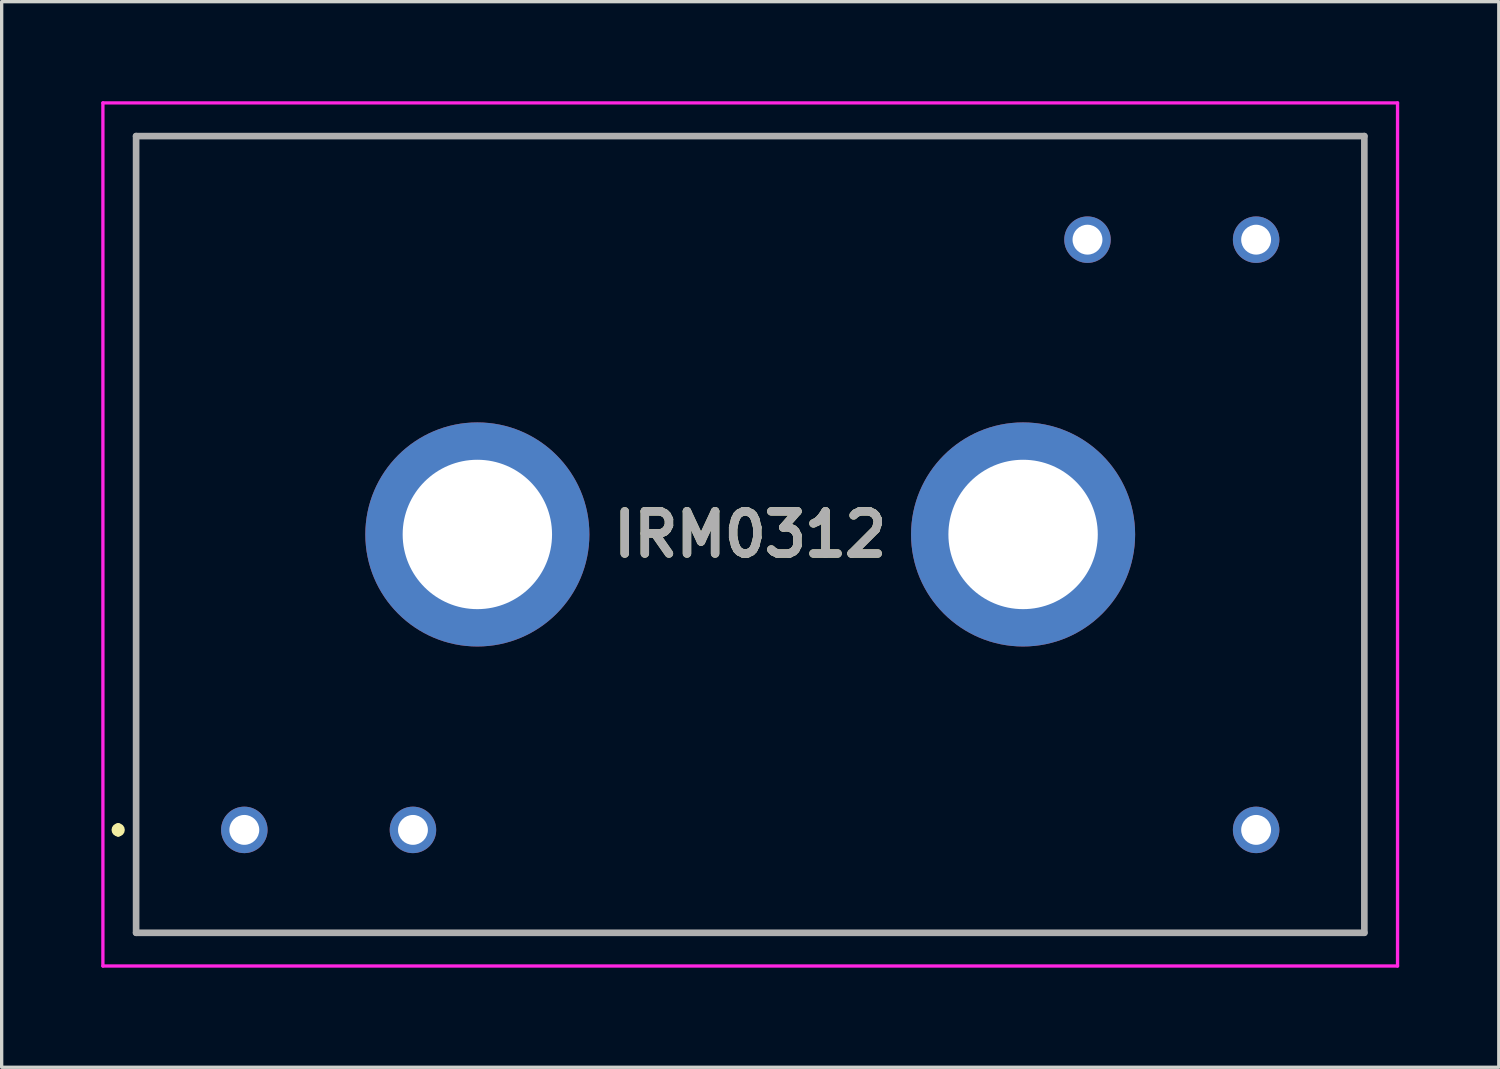
<source format=kicad_pcb>
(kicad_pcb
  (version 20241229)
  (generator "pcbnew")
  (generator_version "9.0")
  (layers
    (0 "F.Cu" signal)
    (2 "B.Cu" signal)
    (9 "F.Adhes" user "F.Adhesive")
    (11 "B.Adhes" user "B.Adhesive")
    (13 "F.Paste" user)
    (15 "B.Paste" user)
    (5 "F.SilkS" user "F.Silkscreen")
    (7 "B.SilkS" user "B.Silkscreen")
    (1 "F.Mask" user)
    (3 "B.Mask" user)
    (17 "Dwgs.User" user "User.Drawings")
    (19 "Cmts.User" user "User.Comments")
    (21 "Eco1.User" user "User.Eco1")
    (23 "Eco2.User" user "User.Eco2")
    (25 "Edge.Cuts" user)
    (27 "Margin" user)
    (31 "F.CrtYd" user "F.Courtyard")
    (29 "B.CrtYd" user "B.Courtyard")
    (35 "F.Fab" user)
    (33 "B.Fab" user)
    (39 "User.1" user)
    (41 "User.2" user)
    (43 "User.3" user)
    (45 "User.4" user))
  (footprint "IRM0312"
    (layer "F.Cu")
    (at 4.31 21.95)
    (property "Reference" "IRM0312" (at 15.24 -8.9 0) (layer "F.SilkS") (effects (font (size 1.27 1.27) (thickness 0.254))))
    (attr through_hole)
    (fp_line (start -3.8 -0.1) (end -3.8 -0.1) (stroke (width 0.2) (type solid)) (layer "F.SilkS"))
    (fp_line (start -3.8 0.1) (end -3.8 0.1) (stroke (width 0.2) (type solid)) (layer "F.SilkS"))
    (fp_line (start -3.26 -20.9) (end -3.26 3.1) (stroke (width 0.1) (type solid)) (layer "F.SilkS"))
    (fp_line (start -3.26 3.1) (end 33.74 3.1) (stroke (width 0.1) (type solid)) (layer "F.SilkS"))
    (fp_line (start 33.74 -20.9) (end -3.26 -20.9) (stroke (width 0.1) (type solid)) (layer "F.SilkS"))
    (fp_line (start 33.74 3.1) (end 33.74 -20.9) (stroke (width 0.1) (type solid)) (layer "F.SilkS"))
    (fp_arc (start -3.8 -0.1) (mid -3.7 0) (end -3.8 0.1) (stroke (width 0.2) (type solid)) (layer "F.SilkS"))
    (fp_arc (start -3.8 0.1) (mid -3.9 0) (end -3.8 -0.1) (stroke (width 0.2) (type solid)) (layer "F.SilkS"))
    (fp_line (start -4.26 -21.9) (end -4.26 4.1) (stroke (width 0.1) (type solid)) (layer "F.CrtYd"))
    (fp_line (start -4.26 4.1) (end 34.74 4.1) (stroke (width 0.1) (type solid)) (layer "F.CrtYd"))
    (fp_line (start 34.74 -21.9) (end -4.26 -21.9) (stroke (width 0.1) (type solid)) (layer "F.CrtYd"))
    (fp_line (start 34.74 4.1) (end 34.74 -21.9) (stroke (width 0.1) (type solid)) (layer "F.CrtYd"))
    (fp_line (start -3.26 -20.9) (end -3.26 3.1) (stroke (width 0.2) (type solid)) (layer "F.Fab"))
    (fp_line (start -3.26 3.1) (end 33.74 3.1) (stroke (width 0.2) (type solid)) (layer "F.Fab"))
    (fp_line (start 33.74 -20.9) (end -3.26 -20.9) (stroke (width 0.2) (type solid)) (layer "F.Fab"))
    (fp_line (start 33.74 3.1) (end 33.74 -20.9) (stroke (width 0.2) (type solid)) (layer "F.Fab"))
    (fp_text user "${REFERENCE}" (at 15.24 -8.9 0) (layer "F.Fab") (effects (font (size 1.27 1.27) (thickness 0.254))))
    (pad "1" thru_hole circle (at 0 0) (size 1.4 1.4) (drill 0.9) (layers "*.Cu" "*.Mask"))
    (pad "2" thru_hole circle (at 5.08 0) (size 1.4 1.4) (drill 0.9) (layers "*.Cu" "*.Mask"))
    (pad "3" thru_hole circle (at 30.48 0) (size 1.4 1.4) (drill 0.9) (layers "*.Cu" "*.Mask"))
    (pad "4" thru_hole circle (at 30.48 -17.78) (size 1.4 1.4) (drill 0.9) (layers "*.Cu" "*.Mask"))
    (pad "5" thru_hole circle (at 25.4 -17.78) (size 1.4 1.4) (drill 0.9) (layers "*.Cu" "*.Mask"))
    (pad "6" thru_hole circle (at 7.02 -8.9) (size 6.75 6.75) (drill 4.5) (layers "*.Cu" "*.Mask"))
    (pad "7" thru_hole circle (at 23.46 -8.9) (size 6.75 6.75) (drill 4.5) (layers "*.Cu" "*.Mask")))
  (gr_rect
    (start -3 -3)
    (end 42.1 29.1)
    (stroke (width 0.1) (type default))
    (fill no)
    (layer "Edge.Cuts")))
</source>
